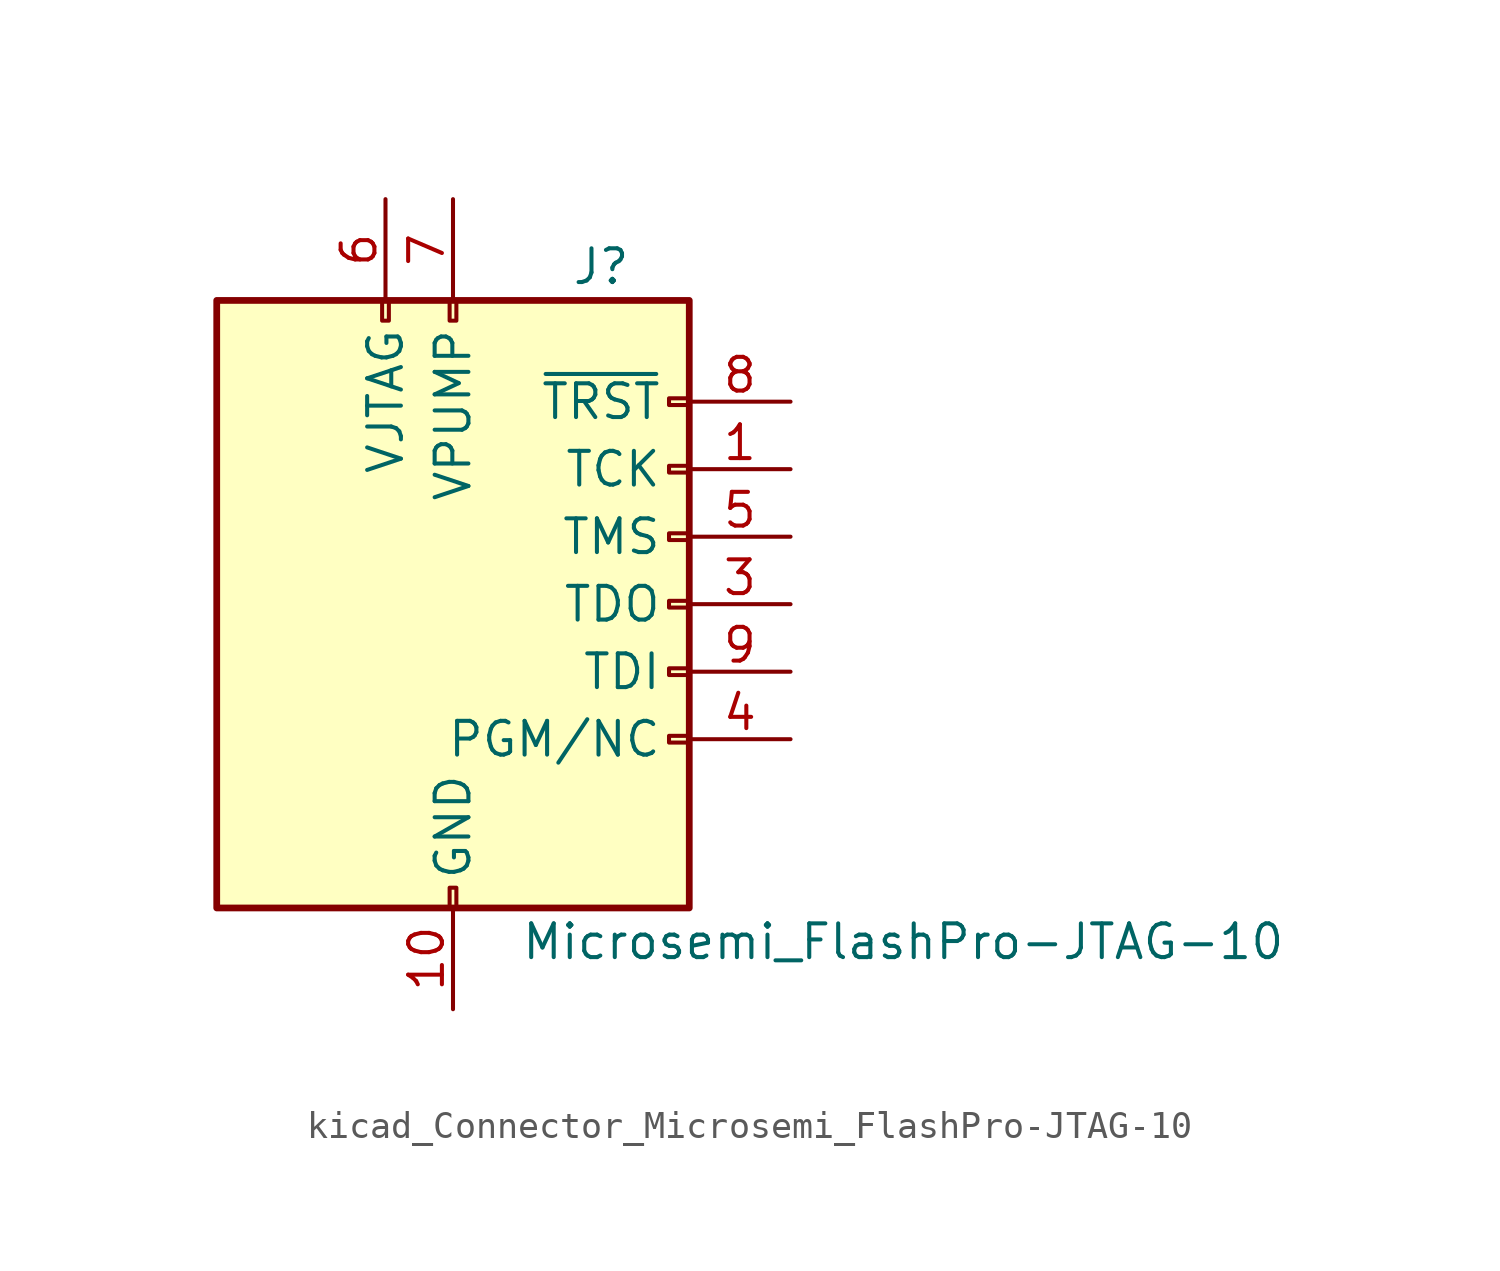
<source format=kicad_sym>
(kicad_symbol_lib
  (version 20220914)
  (generator kicad_symbol_editor)
  (symbol "kicad_Connector_Microsemi_FlashPro-JTAG-10"
    (pin_names
      (offset 1.016))
    (property "Reference" "J"
      (at 4.445 12.7 0)
      (effects (font (size 1.27 1.27)) (justify left)))
    (property "Value" "Microsemi_FlashPro-JTAG-10"
      (at 2.54 -12.7 0)
      (effects (font (size 1.27 1.27)) (justify left)))
    (symbol "kicad_Connector_Microsemi_FlashPro-JTAG-10_0_1"
      (rectangle (start -2.667 11.43) (end -2.413 10.668) (stroke (width 0) (type default)) (fill (type none)))
      (rectangle (start -0.127 -10.668) (end 0.127 -11.43) (stroke (width 0) (type default)) (fill (type none)))
      (rectangle (start -0.127 11.43) (end 0.127 10.668) (stroke (width 0) (type default)) (fill (type none)))
      (rectangle (start 8.89 -4.953) (end 8.128 -5.207) (stroke (width 0) (type default)) (fill (type none)))
      (rectangle (start 8.89 -2.413) (end 8.128 -2.667) (stroke (width 0) (type default)) (fill (type none)))
      (rectangle (start 8.89 0.127) (end 8.128 -0.127) (stroke (width 0) (type default)) (fill (type none)))
      (rectangle (start 8.89 2.667) (end 8.128 2.413) (stroke (width 0) (type default)) (fill (type none)))
      (rectangle (start 8.89 5.207) (end 8.128 4.953) (stroke (width 0) (type default)) (fill (type none)))
      (rectangle (start 8.89 7.747) (end 8.128 7.493) (stroke (width 0) (type default)) (fill (type none)))
      (rectangle (start 8.89 11.43) (end -8.89 -11.43) (stroke (width 0.254) (type default)) (fill (type background))))
    (symbol "kicad_Connector_Microsemi_FlashPro-JTAG-10_1_1"
      (pin passive line (at 12.7 5.08 180) (length 3.81) (name "TCK" (effects (font (size 1.27 1.27)))) (number "1" (effects (font (size 1.27 1.27)))))
      (pin power_in line (at 0 -15.24 90) (length 3.81) (name "GND" (effects (font (size 1.27 1.27)))) (number "10" (effects (font (size 1.27 1.27)))))
      (pin passive line (at 0 -15.24 90) (length 3.81) hide (name "GND" (effects (font (size 1.27 1.27)))) (number "2" (effects (font (size 1.27 1.27)))))
      (pin passive line (at 12.7 0 180) (length 3.81) (name "TDO" (effects (font (size 1.27 1.27)))) (number "3" (effects (font (size 1.27 1.27)))))
      (pin passive line (at 12.7 -5.08 180) (length 3.81) (name "PGM/NC" (effects (font (size 1.27 1.27)))) (number "4" (effects (font (size 1.27 1.27)))))
      (pin passive line (at 12.7 2.54 180) (length 3.81) (name "TMS" (effects (font (size 1.27 1.27)))) (number "5" (effects (font (size 1.27 1.27)))))
      (pin power_in line (at -2.54 15.24 270) (length 3.81) (name "VJTAG" (effects (font (size 1.27 1.27)))) (number "6" (effects (font (size 1.27 1.27)))))
      (pin power_out line (at 0 15.24 270) (length 3.81) (name "VPUMP" (effects (font (size 1.27 1.27)))) (number "7" (effects (font (size 1.27 1.27)))))
      (pin passive line (at 12.7 7.62 180) (length 3.81) (name "~{TRST}" (effects (font (size 1.27 1.27)))) (number "8" (effects (font (size 1.27 1.27)))))
      (pin passive line (at 12.7 -2.54 180) (length 3.81) (name "TDI" (effects (font (size 1.27 1.27)))) (number "9" (effects (font (size 1.27 1.27))))))))
</source>
